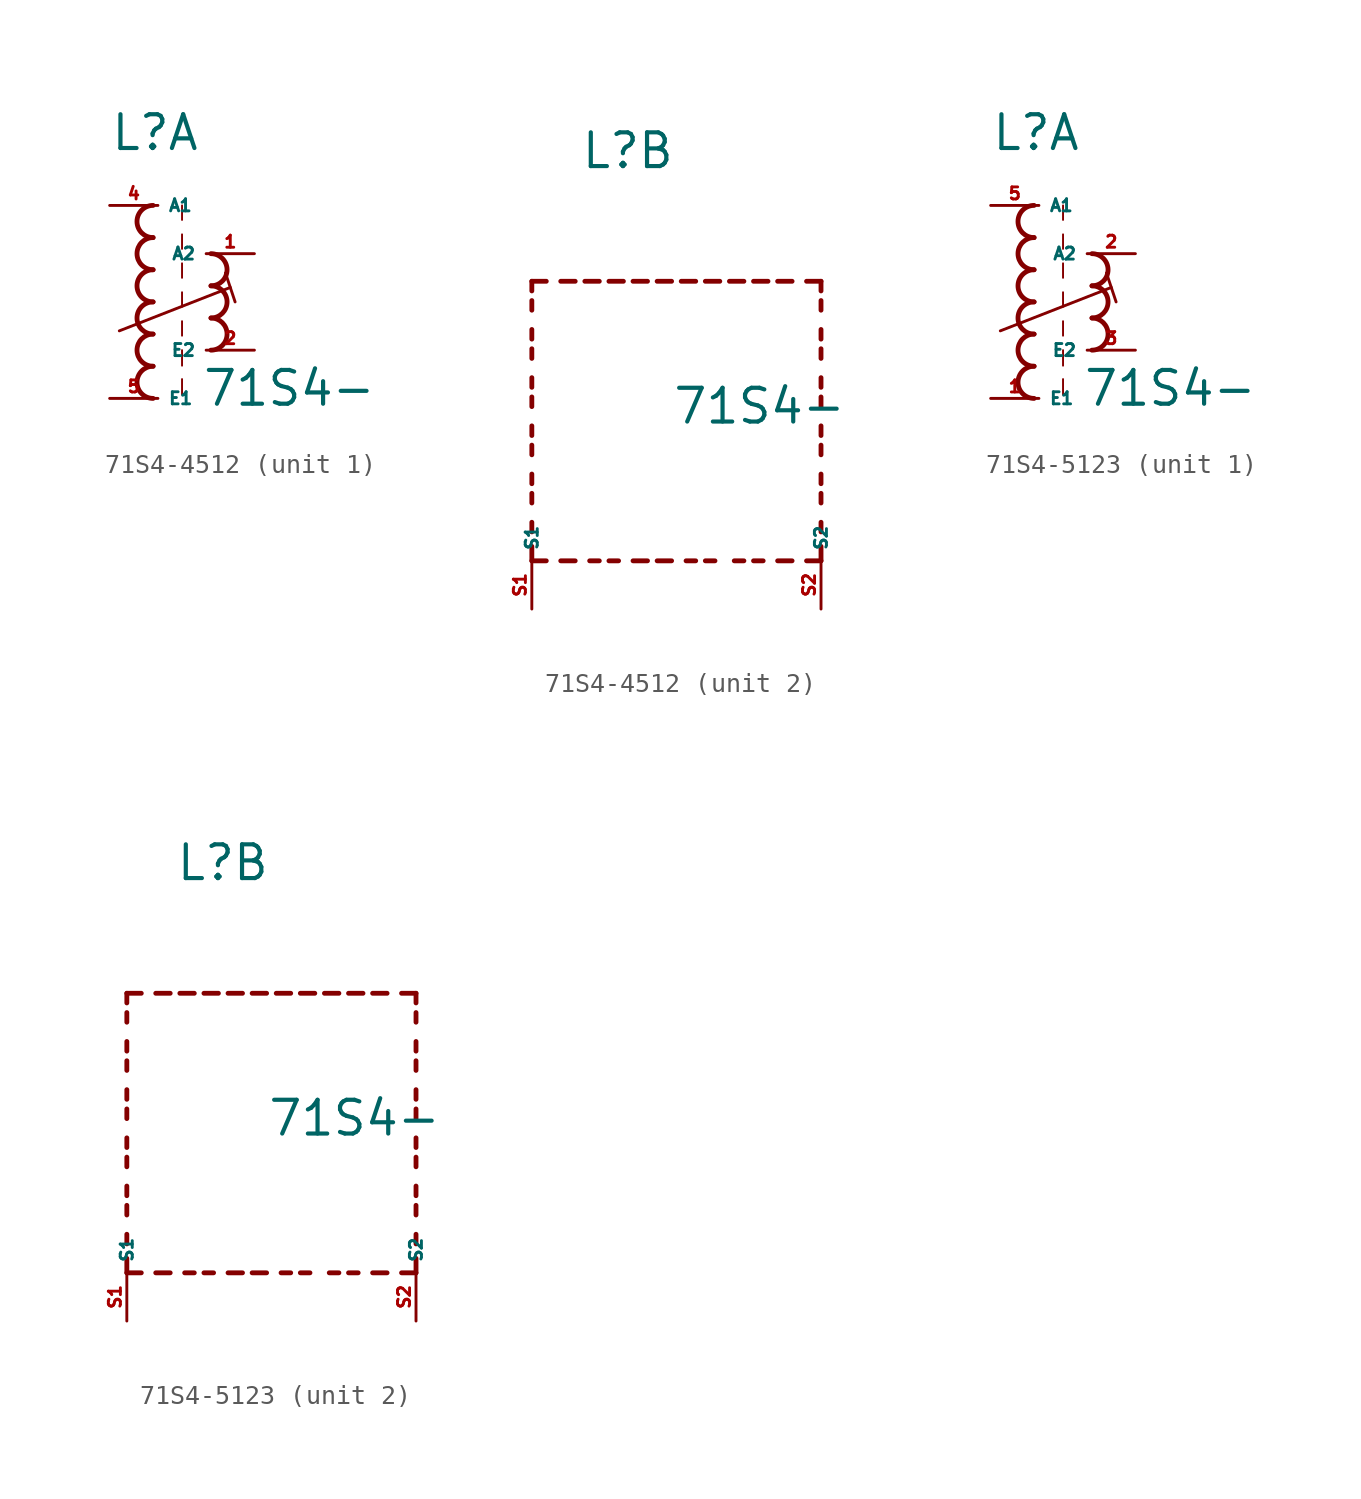
<source format=kicad_sym>
(kicad_symbol_lib
  (version 20220914)
  (generator kicad_symbol_editor)
  (symbol "71S4-4512"
    (property "Reference" "L"
      (at -2.54 7.874 0)
      (effects (font (size 1.778 1.778) (thickness 0.22)) (justify left bottom)))
    (property "Value" "71S4-"
      (at 2.286 -5.588 0)
      (effects (font (size 1.778 1.778) (thickness 0.22)) (justify left bottom)))
    (symbol "71S4-4512_1_0"
      (arc (start -0.254 -3.3866) (mid -1.1004 -4.2333) (end -0.254 -5.08) (stroke (width 0.254) (type default)) (fill (type none)))
      (arc (start -0.254 -1.6932) (mid -1.1004 -2.5399) (end -0.254 -3.3866) (stroke (width 0.254) (type default)) (fill (type none)))
      (arc (start -0.254 0) (mid -1.1004 -0.8467) (end -0.254 -1.6934) (stroke (width 0.254) (type default)) (fill (type none)))
      (arc (start -0.254 1.6934) (mid -1.1004 0.8467) (end -0.254 0) (stroke (width 0.254) (type default)) (fill (type none)))
      (arc (start -0.254 3.3866) (mid -1.1002 2.54) (end -0.254 1.6934) (stroke (width 0.254) (type default)) (fill (type none)))
      (arc (start -0.254 5.08) (mid -1.1004 4.2333) (end -0.254 3.3866) (stroke (width 0.254) (type default)) (fill (type none)))
      (polyline (pts (xy -2.032 -1.524) (xy 3.81 0.762)) (stroke (width 0.152) (type default)) (fill (type none)))
      (polyline (pts (xy 1.27 -4.064) (xy 1.27 -4.88)) (stroke (width 0.102) (type default)) (fill (type none)))
      (polyline (pts (xy 1.27 -2.54) (xy 1.27 -3.356)) (stroke (width 0.102) (type default)) (fill (type none)))
      (polyline (pts (xy 1.27 -1.016) (xy 1.27 -1.778)) (stroke (width 0.102) (type default)) (fill (type none)))
      (polyline (pts (xy 1.27 0.508) (xy 1.27 -0.254)) (stroke (width 0.102) (type default)) (fill (type none)))
      (polyline (pts (xy 1.27 2.032) (xy 1.27 1.27)) (stroke (width 0.102) (type default)) (fill (type none)))
      (polyline (pts (xy 1.27 3.556) (xy 1.27 2.794)) (stroke (width 0.102) (type default)) (fill (type none)))
      (polyline (pts (xy 1.27 5.08) (xy 1.27 4.318)) (stroke (width 0.102) (type default)) (fill (type none)))
      (polyline (pts (xy 3.556 1.524) (xy 4.064 0)) (stroke (width 0.152) (type default)) (fill (type none)))
      (arc (start 2.794 -2.54) (mid 3.6404 -1.6933) (end 2.794 -0.8466) (stroke (width 0.254) (type default)) (fill (type none)))
      (arc (start 2.794 -0.8466) (mid 3.6402 0) (end 2.794 0.8466) (stroke (width 0.254) (type default)) (fill (type none)))
      (arc (start 2.794 0.8466) (mid 3.6404 1.6933) (end 2.794 2.54) (stroke (width 0.254) (type default)) (fill (type none)))
      (pin passive line (at 5.08 2.54 180) (length 2.54) (name "A2" (effects (font (size 0.635 0.635)))) (number "1" (effects (font (size 0.635 0.635)))))
      (pin passive line (at 5.08 -2.54 180) (length 2.54) (name "E2" (effects (font (size 0.635 0.635)))) (number "2" (effects (font (size 0.635 0.635)))))
      (pin passive line (at -2.54 5.08 0) (length 2.54) (name "A1" (effects (font (size 0.635 0.635)))) (number "4" (effects (font (size 0.635 0.635)))))
      (pin passive line (at -2.54 -5.08 0) (length 2.54) (name "E1" (effects (font (size 0.635 0.635)))) (number "5" (effects (font (size 0.635 0.635))))))
    (symbol "71S4-4512_2_0"
      (polyline (pts (xy -5.08 -12.7) (xy -5.08 -11.938)) (stroke (width 0.254) (type default)) (fill (type none)))
      (polyline (pts (xy -5.08 -12.7) (xy -4.318 -12.7)) (stroke (width 0.254) (type default)) (fill (type none)))
      (polyline (pts (xy -5.08 -11.176) (xy -5.08 -10.668)) (stroke (width 0.254) (type default)) (fill (type none)))
      (polyline (pts (xy -5.08 -9.652) (xy -5.08 -9.144)) (stroke (width 0.254) (type default)) (fill (type none)))
      (polyline (pts (xy -5.08 -8.636) (xy -5.08 -8.128)) (stroke (width 0.254) (type default)) (fill (type none)))
      (polyline (pts (xy -5.08 -7.112) (xy -5.08 -6.604)) (stroke (width 0.254) (type default)) (fill (type none)))
      (polyline (pts (xy -5.08 -6.096) (xy -5.08 -5.588)) (stroke (width 0.254) (type default)) (fill (type none)))
      (polyline (pts (xy -5.08 -4.572) (xy -5.08 -4.064)) (stroke (width 0.254) (type default)) (fill (type none)))
      (polyline (pts (xy -5.08 -3.556) (xy -5.08 -3.048)) (stroke (width 0.254) (type default)) (fill (type none)))
      (polyline (pts (xy -5.08 -2.032) (xy -5.08 -1.524)) (stroke (width 0.254) (type default)) (fill (type none)))
      (polyline (pts (xy -5.08 -1.016) (xy -5.08 -0.508)) (stroke (width 0.254) (type default)) (fill (type none)))
      (polyline (pts (xy -5.08 0.508) (xy -5.08 1.016)) (stroke (width 0.254) (type default)) (fill (type none)))
      (polyline (pts (xy -5.08 1.524) (xy -5.08 2.032)) (stroke (width 0.254) (type default)) (fill (type none)))
      (polyline (pts (xy -5.08 2.032) (xy -4.318 2.032)) (stroke (width 0.254) (type default)) (fill (type none)))
      (polyline (pts (xy -3.556 -12.7) (xy -2.794 -12.7)) (stroke (width 0.254) (type default)) (fill (type none)))
      (polyline (pts (xy -3.556 2.032) (xy -2.794 2.032)) (stroke (width 0.254) (type default)) (fill (type none)))
      (polyline (pts (xy -1.524 -12.7) (xy -2.032 -12.7)) (stroke (width 0.254) (type default)) (fill (type none)))
      (polyline (pts (xy -1.524 2.032) (xy -2.286 2.032)) (stroke (width 0.254) (type default)) (fill (type none)))
      (polyline (pts (xy -1.016 2.032) (xy -0.254 2.032)) (stroke (width 0.254) (type default)) (fill (type none)))
      (polyline (pts (xy -0.508 -12.7) (xy -1.016 -12.7)) (stroke (width 0.254) (type default)) (fill (type none)))
      (polyline (pts (xy 1.016 -12.7) (xy 0.254 -12.7)) (stroke (width 0.254) (type default)) (fill (type none)))
      (polyline (pts (xy 1.016 2.032) (xy 0.254 2.032)) (stroke (width 0.254) (type default)) (fill (type none)))
      (polyline (pts (xy 1.524 -12.7) (xy 2.286 -12.7)) (stroke (width 0.254) (type default)) (fill (type none)))
      (polyline (pts (xy 1.524 2.032) (xy 2.286 2.032)) (stroke (width 0.254) (type default)) (fill (type none)))
      (polyline (pts (xy 3.556 -12.7) (xy 3.048 -12.7)) (stroke (width 0.254) (type default)) (fill (type none)))
      (polyline (pts (xy 3.556 2.032) (xy 2.794 2.032)) (stroke (width 0.254) (type default)) (fill (type none)))
      (polyline (pts (xy 4.064 2.032) (xy 4.826 2.032)) (stroke (width 0.254) (type default)) (fill (type none)))
      (polyline (pts (xy 4.572 -12.7) (xy 4.064 -12.7)) (stroke (width 0.254) (type default)) (fill (type none)))
      (polyline (pts (xy 6.096 -12.7) (xy 5.588 -12.7)) (stroke (width 0.254) (type default)) (fill (type none)))
      (polyline (pts (xy 6.096 2.032) (xy 5.334 2.032)) (stroke (width 0.254) (type default)) (fill (type none)))
      (polyline (pts (xy 6.604 2.032) (xy 7.366 2.032)) (stroke (width 0.254) (type default)) (fill (type none)))
      (polyline (pts (xy 7.112 -12.7) (xy 6.604 -12.7)) (stroke (width 0.254) (type default)) (fill (type none)))
      (polyline (pts (xy 8.636 -12.7) (xy 7.874 -12.7)) (stroke (width 0.254) (type default)) (fill (type none)))
      (polyline (pts (xy 8.636 2.032) (xy 7.874 2.032)) (stroke (width 0.254) (type default)) (fill (type none)))
      (polyline (pts (xy 10.16 -12.7) (xy 9.398 -12.7)) (stroke (width 0.254) (type default)) (fill (type none)))
      (polyline (pts (xy 10.16 -12.7) (xy 10.16 -11.938)) (stroke (width 0.254) (type default)) (fill (type none)))
      (polyline (pts (xy 10.16 -11.176) (xy 10.16 -10.668)) (stroke (width 0.254) (type default)) (fill (type none)))
      (polyline (pts (xy 10.16 -9.652) (xy 10.16 -9.144)) (stroke (width 0.254) (type default)) (fill (type none)))
      (polyline (pts (xy 10.16 -8.636) (xy 10.16 -8.128)) (stroke (width 0.254) (type default)) (fill (type none)))
      (polyline (pts (xy 10.16 -7.112) (xy 10.16 -6.604)) (stroke (width 0.254) (type default)) (fill (type none)))
      (polyline (pts (xy 10.16 -6.096) (xy 10.16 -5.588)) (stroke (width 0.254) (type default)) (fill (type none)))
      (polyline (pts (xy 10.16 -4.572) (xy 10.16 -4.064)) (stroke (width 0.254) (type default)) (fill (type none)))
      (polyline (pts (xy 10.16 -3.556) (xy 10.16 -3.048)) (stroke (width 0.254) (type default)) (fill (type none)))
      (polyline (pts (xy 10.16 -2.032) (xy 10.16 -1.524)) (stroke (width 0.254) (type default)) (fill (type none)))
      (polyline (pts (xy 10.16 -1.016) (xy 10.16 -0.508)) (stroke (width 0.254) (type default)) (fill (type none)))
      (polyline (pts (xy 10.16 0.508) (xy 10.16 1.016)) (stroke (width 0.254) (type default)) (fill (type none)))
      (polyline (pts (xy 10.16 1.524) (xy 10.16 2.032)) (stroke (width 0.254) (type default)) (fill (type none)))
      (polyline (pts (xy 10.16 2.032) (xy 9.398 2.032)) (stroke (width 0.254) (type default)) (fill (type none)))
      (pin passive line (at -5.08 -15.24 90) (length 2.54) (name "S1" (effects (font (size 0.635 0.635)))) (number "S1" (effects (font (size 0.635 0.635)))))
      (pin passive line (at 10.16 -15.24 90) (length 2.54) (name "S2" (effects (font (size 0.635 0.635)))) (number "S2" (effects (font (size 0.635 0.635)))))))
  (symbol "71S4-5123"
    (property "Reference" "L"
      (at -2.54 7.874 0)
      (effects (font (size 1.778 1.778) (thickness 0.22)) (justify left bottom)))
    (property "Value" "71S4-"
      (at 2.286 -5.588 0)
      (effects (font (size 1.778 1.778) (thickness 0.22)) (justify left bottom)))
    (symbol "71S4-5123_1_0"
      (arc (start -0.254 -3.3866) (mid -1.1004 -4.2333) (end -0.254 -5.08) (stroke (width 0.254) (type default)) (fill (type none)))
      (arc (start -0.254 -1.6932) (mid -1.1004 -2.5399) (end -0.254 -3.3866) (stroke (width 0.254) (type default)) (fill (type none)))
      (arc (start -0.254 0) (mid -1.1004 -0.8467) (end -0.254 -1.6934) (stroke (width 0.254) (type default)) (fill (type none)))
      (arc (start -0.254 1.6934) (mid -1.1004 0.8467) (end -0.254 0) (stroke (width 0.254) (type default)) (fill (type none)))
      (arc (start -0.254 3.3866) (mid -1.1002 2.54) (end -0.254 1.6934) (stroke (width 0.254) (type default)) (fill (type none)))
      (arc (start -0.254 5.08) (mid -1.1004 4.2333) (end -0.254 3.3866) (stroke (width 0.254) (type default)) (fill (type none)))
      (polyline (pts (xy -2.032 -1.524) (xy 3.81 0.762)) (stroke (width 0.152) (type default)) (fill (type none)))
      (polyline (pts (xy 1.27 -4.064) (xy 1.27 -4.88)) (stroke (width 0.102) (type default)) (fill (type none)))
      (polyline (pts (xy 1.27 -2.54) (xy 1.27 -3.356)) (stroke (width 0.102) (type default)) (fill (type none)))
      (polyline (pts (xy 1.27 -1.016) (xy 1.27 -1.778)) (stroke (width 0.102) (type default)) (fill (type none)))
      (polyline (pts (xy 1.27 0.508) (xy 1.27 -0.254)) (stroke (width 0.102) (type default)) (fill (type none)))
      (polyline (pts (xy 1.27 2.032) (xy 1.27 1.27)) (stroke (width 0.102) (type default)) (fill (type none)))
      (polyline (pts (xy 1.27 3.556) (xy 1.27 2.794)) (stroke (width 0.102) (type default)) (fill (type none)))
      (polyline (pts (xy 1.27 5.08) (xy 1.27 4.318)) (stroke (width 0.102) (type default)) (fill (type none)))
      (polyline (pts (xy 3.556 1.524) (xy 4.064 0)) (stroke (width 0.152) (type default)) (fill (type none)))
      (arc (start 2.794 -2.54) (mid 3.6404 -1.6933) (end 2.794 -0.8466) (stroke (width 0.254) (type default)) (fill (type none)))
      (arc (start 2.794 -0.8466) (mid 3.6402 0) (end 2.794 0.8466) (stroke (width 0.254) (type default)) (fill (type none)))
      (arc (start 2.794 0.8466) (mid 3.6404 1.6933) (end 2.794 2.54) (stroke (width 0.254) (type default)) (fill (type none)))
      (pin passive line (at -2.54 -5.08 0) (length 2.54) (name "E1" (effects (font (size 0.635 0.635)))) (number "1" (effects (font (size 0.635 0.635)))))
      (pin passive line (at 5.08 2.54 180) (length 2.54) (name "A2" (effects (font (size 0.635 0.635)))) (number "2" (effects (font (size 0.635 0.635)))))
      (pin passive line (at 5.08 -2.54 180) (length 2.54) (name "E2" (effects (font (size 0.635 0.635)))) (number "3" (effects (font (size 0.635 0.635)))))
      (pin passive line (at -2.54 5.08 0) (length 2.54) (name "A1" (effects (font (size 0.635 0.635)))) (number "5" (effects (font (size 0.635 0.635))))))
    (symbol "71S4-5123_2_0"
      (polyline (pts (xy -5.08 -12.7) (xy -5.08 -11.938)) (stroke (width 0.254) (type default)) (fill (type none)))
      (polyline (pts (xy -5.08 -12.7) (xy -4.318 -12.7)) (stroke (width 0.254) (type default)) (fill (type none)))
      (polyline (pts (xy -5.08 -11.176) (xy -5.08 -10.668)) (stroke (width 0.254) (type default)) (fill (type none)))
      (polyline (pts (xy -5.08 -9.652) (xy -5.08 -9.144)) (stroke (width 0.254) (type default)) (fill (type none)))
      (polyline (pts (xy -5.08 -8.636) (xy -5.08 -8.128)) (stroke (width 0.254) (type default)) (fill (type none)))
      (polyline (pts (xy -5.08 -7.112) (xy -5.08 -6.604)) (stroke (width 0.254) (type default)) (fill (type none)))
      (polyline (pts (xy -5.08 -6.096) (xy -5.08 -5.588)) (stroke (width 0.254) (type default)) (fill (type none)))
      (polyline (pts (xy -5.08 -4.572) (xy -5.08 -4.064)) (stroke (width 0.254) (type default)) (fill (type none)))
      (polyline (pts (xy -5.08 -3.556) (xy -5.08 -3.048)) (stroke (width 0.254) (type default)) (fill (type none)))
      (polyline (pts (xy -5.08 -2.032) (xy -5.08 -1.524)) (stroke (width 0.254) (type default)) (fill (type none)))
      (polyline (pts (xy -5.08 -1.016) (xy -5.08 -0.508)) (stroke (width 0.254) (type default)) (fill (type none)))
      (polyline (pts (xy -5.08 0.508) (xy -5.08 1.016)) (stroke (width 0.254) (type default)) (fill (type none)))
      (polyline (pts (xy -5.08 1.524) (xy -5.08 2.032)) (stroke (width 0.254) (type default)) (fill (type none)))
      (polyline (pts (xy -5.08 2.032) (xy -4.318 2.032)) (stroke (width 0.254) (type default)) (fill (type none)))
      (polyline (pts (xy -3.556 -12.7) (xy -2.794 -12.7)) (stroke (width 0.254) (type default)) (fill (type none)))
      (polyline (pts (xy -3.556 2.032) (xy -2.794 2.032)) (stroke (width 0.254) (type default)) (fill (type none)))
      (polyline (pts (xy -1.524 -12.7) (xy -2.032 -12.7)) (stroke (width 0.254) (type default)) (fill (type none)))
      (polyline (pts (xy -1.524 2.032) (xy -2.286 2.032)) (stroke (width 0.254) (type default)) (fill (type none)))
      (polyline (pts (xy -1.016 2.032) (xy -0.254 2.032)) (stroke (width 0.254) (type default)) (fill (type none)))
      (polyline (pts (xy -0.508 -12.7) (xy -1.016 -12.7)) (stroke (width 0.254) (type default)) (fill (type none)))
      (polyline (pts (xy 1.016 -12.7) (xy 0.254 -12.7)) (stroke (width 0.254) (type default)) (fill (type none)))
      (polyline (pts (xy 1.016 2.032) (xy 0.254 2.032)) (stroke (width 0.254) (type default)) (fill (type none)))
      (polyline (pts (xy 1.524 -12.7) (xy 2.286 -12.7)) (stroke (width 0.254) (type default)) (fill (type none)))
      (polyline (pts (xy 1.524 2.032) (xy 2.286 2.032)) (stroke (width 0.254) (type default)) (fill (type none)))
      (polyline (pts (xy 3.556 -12.7) (xy 3.048 -12.7)) (stroke (width 0.254) (type default)) (fill (type none)))
      (polyline (pts (xy 3.556 2.032) (xy 2.794 2.032)) (stroke (width 0.254) (type default)) (fill (type none)))
      (polyline (pts (xy 4.064 2.032) (xy 4.826 2.032)) (stroke (width 0.254) (type default)) (fill (type none)))
      (polyline (pts (xy 4.572 -12.7) (xy 4.064 -12.7)) (stroke (width 0.254) (type default)) (fill (type none)))
      (polyline (pts (xy 6.096 -12.7) (xy 5.588 -12.7)) (stroke (width 0.254) (type default)) (fill (type none)))
      (polyline (pts (xy 6.096 2.032) (xy 5.334 2.032)) (stroke (width 0.254) (type default)) (fill (type none)))
      (polyline (pts (xy 6.604 2.032) (xy 7.366 2.032)) (stroke (width 0.254) (type default)) (fill (type none)))
      (polyline (pts (xy 7.112 -12.7) (xy 6.604 -12.7)) (stroke (width 0.254) (type default)) (fill (type none)))
      (polyline (pts (xy 8.636 -12.7) (xy 7.874 -12.7)) (stroke (width 0.254) (type default)) (fill (type none)))
      (polyline (pts (xy 8.636 2.032) (xy 7.874 2.032)) (stroke (width 0.254) (type default)) (fill (type none)))
      (polyline (pts (xy 10.16 -12.7) (xy 9.398 -12.7)) (stroke (width 0.254) (type default)) (fill (type none)))
      (polyline (pts (xy 10.16 -12.7) (xy 10.16 -11.938)) (stroke (width 0.254) (type default)) (fill (type none)))
      (polyline (pts (xy 10.16 -11.176) (xy 10.16 -10.668)) (stroke (width 0.254) (type default)) (fill (type none)))
      (polyline (pts (xy 10.16 -9.652) (xy 10.16 -9.144)) (stroke (width 0.254) (type default)) (fill (type none)))
      (polyline (pts (xy 10.16 -8.636) (xy 10.16 -8.128)) (stroke (width 0.254) (type default)) (fill (type none)))
      (polyline (pts (xy 10.16 -7.112) (xy 10.16 -6.604)) (stroke (width 0.254) (type default)) (fill (type none)))
      (polyline (pts (xy 10.16 -6.096) (xy 10.16 -5.588)) (stroke (width 0.254) (type default)) (fill (type none)))
      (polyline (pts (xy 10.16 -4.572) (xy 10.16 -4.064)) (stroke (width 0.254) (type default)) (fill (type none)))
      (polyline (pts (xy 10.16 -3.556) (xy 10.16 -3.048)) (stroke (width 0.254) (type default)) (fill (type none)))
      (polyline (pts (xy 10.16 -2.032) (xy 10.16 -1.524)) (stroke (width 0.254) (type default)) (fill (type none)))
      (polyline (pts (xy 10.16 -1.016) (xy 10.16 -0.508)) (stroke (width 0.254) (type default)) (fill (type none)))
      (polyline (pts (xy 10.16 0.508) (xy 10.16 1.016)) (stroke (width 0.254) (type default)) (fill (type none)))
      (polyline (pts (xy 10.16 1.524) (xy 10.16 2.032)) (stroke (width 0.254) (type default)) (fill (type none)))
      (polyline (pts (xy 10.16 2.032) (xy 9.398 2.032)) (stroke (width 0.254) (type default)) (fill (type none)))
      (pin passive line (at -5.08 -15.24 90) (length 2.54) (name "S1" (effects (font (size 0.635 0.635)))) (number "S1" (effects (font (size 0.635 0.635)))))
      (pin passive line (at 10.16 -15.24 90) (length 2.54) (name "S2" (effects (font (size 0.635 0.635)))) (number "S2" (effects (font (size 0.635 0.635))))))))
</source>
